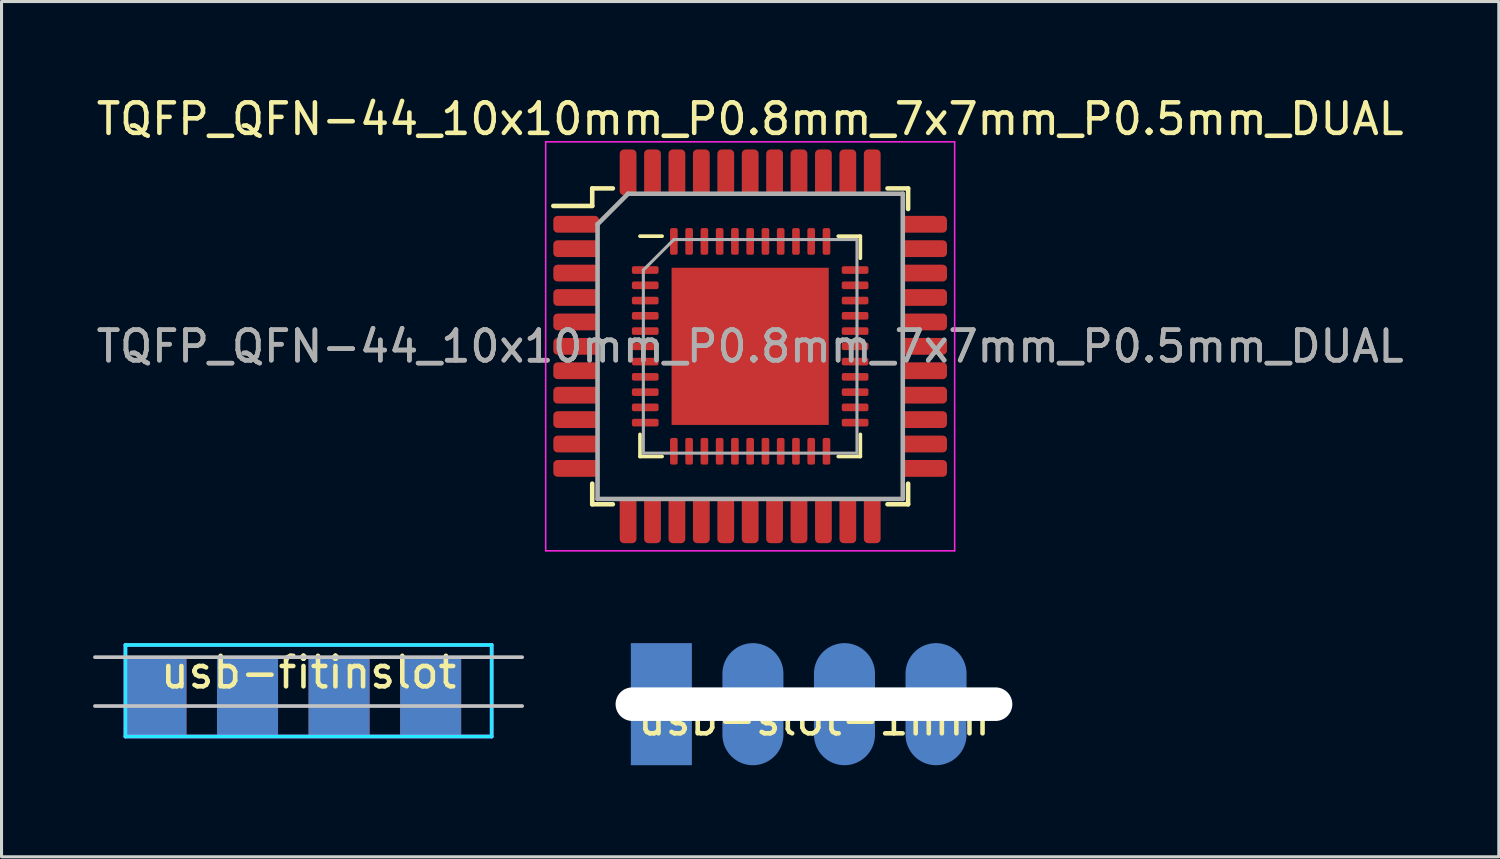
<source format=kicad_pcb>
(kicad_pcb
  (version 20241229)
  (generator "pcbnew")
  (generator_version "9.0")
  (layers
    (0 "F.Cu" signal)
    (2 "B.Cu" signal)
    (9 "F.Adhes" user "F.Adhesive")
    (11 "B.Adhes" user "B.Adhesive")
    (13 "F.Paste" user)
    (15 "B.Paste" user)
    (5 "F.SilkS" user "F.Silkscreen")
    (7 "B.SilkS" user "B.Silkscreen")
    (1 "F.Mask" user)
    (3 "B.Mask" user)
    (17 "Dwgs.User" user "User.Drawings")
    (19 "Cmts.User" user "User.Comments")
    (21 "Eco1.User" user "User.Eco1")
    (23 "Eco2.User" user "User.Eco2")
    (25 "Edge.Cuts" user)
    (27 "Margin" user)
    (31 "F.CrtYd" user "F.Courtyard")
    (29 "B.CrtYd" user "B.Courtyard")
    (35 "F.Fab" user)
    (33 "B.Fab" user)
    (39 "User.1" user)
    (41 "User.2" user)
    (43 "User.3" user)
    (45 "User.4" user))
  (footprint "usb-slot-1mm"
    (layer "F.Cu")
    (at 23.62 20.023)
    (property "Reference" "usb-slot-1mm" (at 0 0.5 0) (layer "F.SilkS") (effects (font (size 1 1) (thickness 0.15))))
    (attr through_hole)
    (pad "" np_thru_hole oval (at 0 0) (size 13 1.1) (drill oval 13 1.1) (layers "*.Cu" "*.Mask"))
    (pad "1" smd rect (at -5 0) (size 2 4) (layers "B.Cu" "B.Mask"))
    (pad "2" smd oval (at -2 0) (size 2 4) (layers "B.Cu" "B.Mask"))
    (pad "3" smd oval (at 1 0) (size 2 4) (layers "B.Cu" "B.Mask"))
    (pad "4" smd oval (at 4 0) (size 2 4) (layers "B.Cu" "B.Mask")))
  (footprint "TQFP_QFN-44_10x10mm_P0.8mm_7x7mm_P0.5mm_DUAL"
    (layer "F.Cu")
    (at 21.53 8.298)
    (property "Reference" "TQFP_QFN-44_10x10mm_P0.8mm_7x7mm_P0.5mm_DUAL" (at 0 -7.45 0) (layer "F.SilkS") (effects (font (size 1 1) (thickness 0.15))))
    (attr smd)
    (fp_line (start -5.175 -5.175) (end -5.175 -4.6) (stroke (width 0.15) (type solid)) (layer "F.SilkS"))
    (fp_line (start -5.175 -5.175) (end -4.5 -5.175) (stroke (width 0.15) (type solid)) (layer "F.SilkS"))
    (fp_line (start -5.175 -4.6) (end -6.45 -4.6) (stroke (width 0.15) (type solid)) (layer "F.SilkS"))
    (fp_line (start -5.175 5.175) (end -5.175 4.5) (stroke (width 0.15) (type solid)) (layer "F.SilkS"))
    (fp_line (start -5.175 5.175) (end -4.5 5.175) (stroke (width 0.15) (type solid)) (layer "F.SilkS"))
    (fp_line (start -3.61 3.61) (end -3.61 2.885) (stroke (width 0.12) (type solid)) (layer "F.SilkS"))
    (fp_line (start -2.885 -3.61) (end -3.61 -3.61) (stroke (width 0.12) (type solid)) (layer "F.SilkS"))
    (fp_line (start -2.885 3.61) (end -3.61 3.61) (stroke (width 0.12) (type solid)) (layer "F.SilkS"))
    (fp_line (start 2.885 -3.61) (end 3.61 -3.61) (stroke (width 0.12) (type solid)) (layer "F.SilkS"))
    (fp_line (start 2.885 3.61) (end 3.61 3.61) (stroke (width 0.12) (type solid)) (layer "F.SilkS"))
    (fp_line (start 3.61 -3.61) (end 3.61 -2.885) (stroke (width 0.12) (type solid)) (layer "F.SilkS"))
    (fp_line (start 3.61 3.61) (end 3.61 2.885) (stroke (width 0.12) (type solid)) (layer "F.SilkS"))
    (fp_line (start 5.175 -5.175) (end 4.5 -5.175) (stroke (width 0.15) (type solid)) (layer "F.SilkS"))
    (fp_line (start 5.175 -5.175) (end 5.175 -4.5) (stroke (width 0.15) (type solid)) (layer "F.SilkS"))
    (fp_line (start 5.175 5.175) (end 4.5 5.175) (stroke (width 0.15) (type solid)) (layer "F.SilkS"))
    (fp_line (start 5.175 5.175) (end 5.175 4.5) (stroke (width 0.15) (type solid)) (layer "F.SilkS"))
    (fp_line (start -6.7 -6.7) (end -6.7 6.7) (stroke (width 0.05) (type solid)) (layer "F.CrtYd"))
    (fp_line (start -6.7 -6.7) (end 6.7 -6.7) (stroke (width 0.05) (type solid)) (layer "F.CrtYd"))
    (fp_line (start -6.7 6.7) (end 6.7 6.7) (stroke (width 0.05) (type solid)) (layer "F.CrtYd"))
    (fp_line (start 6.7 -6.7) (end 6.7 6.7) (stroke (width 0.05) (type solid)) (layer "F.CrtYd"))
    (fp_line (start -5 -4) (end -4 -5) (stroke (width 0.15) (type solid)) (layer "F.Fab"))
    (fp_line (start -5 5) (end -5 -4) (stroke (width 0.15) (type solid)) (layer "F.Fab"))
    (fp_line (start -4 -5) (end 5 -5) (stroke (width 0.15) (type solid)) (layer "F.Fab"))
    (fp_line (start -3.5 -2.5) (end -2.5 -3.5) (stroke (width 0.1) (type solid)) (layer "F.Fab"))
    (fp_line (start -3.5 3.5) (end -3.5 -2.5) (stroke (width 0.1) (type solid)) (layer "F.Fab"))
    (fp_line (start -2.5 -3.5) (end 3.5 -3.5) (stroke (width 0.1) (type solid)) (layer "F.Fab"))
    (fp_line (start 3.5 -3.5) (end 3.5 3.5) (stroke (width 0.1) (type solid)) (layer "F.Fab"))
    (fp_line (start 3.5 3.5) (end -3.5 3.5) (stroke (width 0.1) (type solid)) (layer "F.Fab"))
    (fp_line (start 5 -5) (end 5 5) (stroke (width 0.15) (type solid)) (layer "F.Fab"))
    (fp_line (start 5 5) (end -5 5) (stroke (width 0.15) (type solid)) (layer "F.Fab"))
    (fp_text user "${REFERENCE}" (at 0 0 0) (layer "F.Fab") (effects (font (size 1 1) (thickness 0.15))))
    (fp_text user "${REFERENCE}" (at 0 0 0) (layer "F.Fab") (effects (font (size 1 1) (thickness 0.15))))
    (pad "" smd roundrect (at -1.935 -1.935) (size 1.04 1.04) (layers "F.Paste") (roundrect_rratio 0.24))
    (pad "" smd roundrect (at -1.935 -0.645) (size 1.04 1.04) (layers "F.Paste") (roundrect_rratio 0.24))
    (pad "" smd roundrect (at -1.935 0.645) (size 1.04 1.04) (layers "F.Paste") (roundrect_rratio 0.24))
    (pad "" smd roundrect (at -1.935 1.935) (size 1.04 1.04) (layers "F.Paste") (roundrect_rratio 0.24))
    (pad "" smd roundrect (at -0.645 -1.935) (size 1.04 1.04) (layers "F.Paste") (roundrect_rratio 0.24))
    (pad "" smd roundrect (at -0.645 -0.645) (size 1.04 1.04) (layers "F.Paste") (roundrect_rratio 0.24))
    (pad "" smd roundrect (at -0.645 0.645) (size 1.04 1.04) (layers "F.Paste") (roundrect_rratio 0.24))
    (pad "" smd roundrect (at -0.645 1.935) (size 1.04 1.04) (layers "F.Paste") (roundrect_rratio 0.24))
    (pad "" smd roundrect (at 0.645 -1.935) (size 1.04 1.04) (layers "F.Paste") (roundrect_rratio 0.24))
    (pad "" smd roundrect (at 0.645 -0.645) (size 1.04 1.04) (layers "F.Paste") (roundrect_rratio 0.24))
    (pad "" smd roundrect (at 0.645 0.645) (size 1.04 1.04) (layers "F.Paste") (roundrect_rratio 0.24))
    (pad "" smd roundrect (at 0.645 1.935) (size 1.04 1.04) (layers "F.Paste") (roundrect_rratio 0.24))
    (pad "" smd roundrect (at 1.935 -1.935) (size 1.04 1.04) (layers "F.Paste") (roundrect_rratio 0.24))
    (pad "" smd roundrect (at 1.935 -0.645) (size 1.04 1.04) (layers "F.Paste") (roundrect_rratio 0.24))
    (pad "" smd roundrect (at 1.935 0.645) (size 1.04 1.04) (layers "F.Paste") (roundrect_rratio 0.24))
    (pad "" smd roundrect (at 1.935 1.935) (size 1.04 1.04) (layers "F.Paste") (roundrect_rratio 0.24))
    (pad "1" smd roundrect (at -5.7 -4) (size 1.5 0.55) (layers "F.Cu" "F.Mask" "F.Paste") (roundrect_rratio 0.25))
    (pad "1" smd roundrect (at -3.438 -2.5) (size 0.875 0.25) (layers "F.Cu" "F.Mask" "F.Paste") (roundrect_rratio 0.25))
    (pad "2" smd roundrect (at -5.7 -3.2) (size 1.5 0.55) (layers "F.Cu" "F.Mask" "F.Paste") (roundrect_rratio 0.25))
    (pad "2" smd roundrect (at -3.438 -2) (size 0.875 0.25) (layers "F.Cu" "F.Mask" "F.Paste") (roundrect_rratio 0.25))
    (pad "3" smd roundrect (at -5.7 -2.4) (size 1.5 0.55) (layers "F.Cu" "F.Mask" "F.Paste") (roundrect_rratio 0.25))
    (pad "3" smd roundrect (at -3.438 -1.5) (size 0.875 0.25) (layers "F.Cu" "F.Mask" "F.Paste") (roundrect_rratio 0.25))
    (pad "4" smd roundrect (at -5.7 -1.6) (size 1.5 0.55) (layers "F.Cu" "F.Mask" "F.Paste") (roundrect_rratio 0.25))
    (pad "4" smd roundrect (at -3.438 -1) (size 0.875 0.25) (layers "F.Cu" "F.Mask" "F.Paste") (roundrect_rratio 0.25))
    (pad "5" smd roundrect (at -5.7 -0.8) (size 1.5 0.55) (layers "F.Cu" "F.Mask" "F.Paste") (roundrect_rratio 0.25))
    (pad "5" smd roundrect (at -3.438 -0.5) (size 0.875 0.25) (layers "F.Cu" "F.Mask" "F.Paste") (roundrect_rratio 0.25))
    (pad "6" smd roundrect (at -5.7 0) (size 1.5 0.55) (layers "F.Cu" "F.Mask" "F.Paste") (roundrect_rratio 0.25))
    (pad "6" smd roundrect (at -3.438 0) (size 0.875 0.25) (layers "F.Cu" "F.Mask" "F.Paste") (roundrect_rratio 0.25))
    (pad "7" smd roundrect (at -5.7 0.8) (size 1.5 0.55) (layers "F.Cu" "F.Mask" "F.Paste") (roundrect_rratio 0.25))
    (pad "7" smd roundrect (at -3.438 0.5) (size 0.875 0.25) (layers "F.Cu" "F.Mask" "F.Paste") (roundrect_rratio 0.25))
    (pad "8" smd roundrect (at -5.7 1.6) (size 1.5 0.55) (layers "F.Cu" "F.Mask" "F.Paste") (roundrect_rratio 0.25))
    (pad "8" smd roundrect (at -3.438 1) (size 0.875 0.25) (layers "F.Cu" "F.Mask" "F.Paste") (roundrect_rratio 0.25))
    (pad "9" smd roundrect (at -5.7 2.4) (size 1.5 0.55) (layers "F.Cu" "F.Mask" "F.Paste") (roundrect_rratio 0.25))
    (pad "9" smd roundrect (at -3.438 1.5) (size 0.875 0.25) (layers "F.Cu" "F.Mask" "F.Paste") (roundrect_rratio 0.25))
    (pad "10" smd roundrect (at -5.7 3.2) (size 1.5 0.55) (layers "F.Cu" "F.Mask" "F.Paste") (roundrect_rratio 0.25))
    (pad "10" smd roundrect (at -3.438 2) (size 0.875 0.25) (layers "F.Cu" "F.Mask" "F.Paste") (roundrect_rratio 0.25))
    (pad "11" smd roundrect (at -5.7 4) (size 1.5 0.55) (layers "F.Cu" "F.Mask" "F.Paste") (roundrect_rratio 0.25))
    (pad "11" smd roundrect (at -3.438 2.5) (size 0.875 0.25) (layers "F.Cu" "F.Mask" "F.Paste") (roundrect_rratio 0.25))
    (pad "12" smd roundrect (at -4 5.7 90) (size 1.5 0.55) (layers "F.Cu" "F.Mask" "F.Paste") (roundrect_rratio 0.25))
    (pad "12" smd roundrect (at -2.5 3.438) (size 0.25 0.875) (layers "F.Cu" "F.Mask" "F.Paste") (roundrect_rratio 0.25))
    (pad "13" smd roundrect (at -3.2 5.7 90) (size 1.5 0.55) (layers "F.Cu" "F.Mask" "F.Paste") (roundrect_rratio 0.25))
    (pad "13" smd roundrect (at -2 3.438) (size 0.25 0.875) (layers "F.Cu" "F.Mask" "F.Paste") (roundrect_rratio 0.25))
    (pad "14" smd roundrect (at -2.4 5.7 90) (size 1.5 0.55) (layers "F.Cu" "F.Mask" "F.Paste") (roundrect_rratio 0.25))
    (pad "14" smd roundrect (at -1.5 3.438) (size 0.25 0.875) (layers "F.Cu" "F.Mask" "F.Paste") (roundrect_rratio 0.25))
    (pad "15" smd roundrect (at -1.6 5.7 90) (size 1.5 0.55) (layers "F.Cu" "F.Mask" "F.Paste") (roundrect_rratio 0.25))
    (pad "15" smd roundrect (at -1 3.438) (size 0.25 0.875) (layers "F.Cu" "F.Mask" "F.Paste") (roundrect_rratio 0.25))
    (pad "16" smd roundrect (at -0.8 5.7 90) (size 1.5 0.55) (layers "F.Cu" "F.Mask" "F.Paste") (roundrect_rratio 0.25))
    (pad "16" smd roundrect (at -0.5 3.438) (size 0.25 0.875) (layers "F.Cu" "F.Mask" "F.Paste") (roundrect_rratio 0.25))
    (pad "17" smd roundrect (at 0 3.438) (size 0.25 0.875) (layers "F.Cu" "F.Mask" "F.Paste") (roundrect_rratio 0.25))
    (pad "17" smd roundrect (at 0 5.7 90) (size 1.5 0.55) (layers "F.Cu" "F.Mask" "F.Paste") (roundrect_rratio 0.25))
    (pad "18" smd roundrect (at 0.5 3.438) (size 0.25 0.875) (layers "F.Cu" "F.Mask" "F.Paste") (roundrect_rratio 0.25))
    (pad "18" smd roundrect (at 0.8 5.7 90) (size 1.5 0.55) (layers "F.Cu" "F.Mask" "F.Paste") (roundrect_rratio 0.25))
    (pad "19" smd roundrect (at 1 3.438) (size 0.25 0.875) (layers "F.Cu" "F.Mask" "F.Paste") (roundrect_rratio 0.25))
    (pad "19" smd roundrect (at 1.6 5.7 90) (size 1.5 0.55) (layers "F.Cu" "F.Mask" "F.Paste") (roundrect_rratio 0.25))
    (pad "20" smd roundrect (at 1.5 3.438) (size 0.25 0.875) (layers "F.Cu" "F.Mask" "F.Paste") (roundrect_rratio 0.25))
    (pad "20" smd roundrect (at 2.4 5.7 90) (size 1.5 0.55) (layers "F.Cu" "F.Mask" "F.Paste") (roundrect_rratio 0.25))
    (pad "21" smd roundrect (at 2 3.438) (size 0.25 0.875) (layers "F.Cu" "F.Mask" "F.Paste") (roundrect_rratio 0.25))
    (pad "21" smd roundrect (at 3.2 5.7 90) (size 1.5 0.55) (layers "F.Cu" "F.Mask" "F.Paste") (roundrect_rratio 0.25))
    (pad "22" smd roundrect (at 2.5 3.438) (size 0.25 0.875) (layers "F.Cu" "F.Mask" "F.Paste") (roundrect_rratio 0.25))
    (pad "22" smd roundrect (at 4 5.7 90) (size 1.5 0.55) (layers "F.Cu" "F.Mask" "F.Paste") (roundrect_rratio 0.25))
    (pad "23" smd roundrect (at 3.438 2.5) (size 0.875 0.25) (layers "F.Cu" "F.Mask" "F.Paste") (roundrect_rratio 0.25))
    (pad "23" smd roundrect (at 5.7 4) (size 1.5 0.55) (layers "F.Cu" "F.Mask" "F.Paste") (roundrect_rratio 0.25))
    (pad "24" smd roundrect (at 3.438 2) (size 0.875 0.25) (layers "F.Cu" "F.Mask" "F.Paste") (roundrect_rratio 0.25))
    (pad "24" smd roundrect (at 5.7 3.2) (size 1.5 0.55) (layers "F.Cu" "F.Mask" "F.Paste") (roundrect_rratio 0.25))
    (pad "25" smd roundrect (at 3.438 1.5) (size 0.875 0.25) (layers "F.Cu" "F.Mask" "F.Paste") (roundrect_rratio 0.25))
    (pad "25" smd roundrect (at 5.7 2.4) (size 1.5 0.55) (layers "F.Cu" "F.Mask" "F.Paste") (roundrect_rratio 0.25))
    (pad "26" smd roundrect (at 3.438 1) (size 0.875 0.25) (layers "F.Cu" "F.Mask" "F.Paste") (roundrect_rratio 0.25))
    (pad "26" smd roundrect (at 5.7 1.6) (size 1.5 0.55) (layers "F.Cu" "F.Mask" "F.Paste") (roundrect_rratio 0.25))
    (pad "27" smd roundrect (at 3.438 0.5) (size 0.875 0.25) (layers "F.Cu" "F.Mask" "F.Paste") (roundrect_rratio 0.25))
    (pad "27" smd roundrect (at 5.7 0.8) (size 1.5 0.55) (layers "F.Cu" "F.Mask" "F.Paste") (roundrect_rratio 0.25))
    (pad "28" smd roundrect (at 3.438 0) (size 0.875 0.25) (layers "F.Cu" "F.Mask" "F.Paste") (roundrect_rratio 0.25))
    (pad "28" smd roundrect (at 5.7 0) (size 1.5 0.55) (layers "F.Cu" "F.Mask" "F.Paste") (roundrect_rratio 0.25))
    (pad "29" smd roundrect (at 3.438 -0.5) (size 0.875 0.25) (layers "F.Cu" "F.Mask" "F.Paste") (roundrect_rratio 0.25))
    (pad "29" smd roundrect (at 5.7 -0.8) (size 1.5 0.55) (layers "F.Cu" "F.Mask" "F.Paste") (roundrect_rratio 0.25))
    (pad "30" smd roundrect (at 3.438 -1) (size 0.875 0.25) (layers "F.Cu" "F.Mask" "F.Paste") (roundrect_rratio 0.25))
    (pad "30" smd roundrect (at 5.7 -1.6) (size 1.5 0.55) (layers "F.Cu" "F.Mask" "F.Paste") (roundrect_rratio 0.25))
    (pad "31" smd roundrect (at 3.438 -1.5) (size 0.875 0.25) (layers "F.Cu" "F.Mask" "F.Paste") (roundrect_rratio 0.25))
    (pad "31" smd roundrect (at 5.7 -2.4) (size 1.5 0.55) (layers "F.Cu" "F.Mask" "F.Paste") (roundrect_rratio 0.25))
    (pad "32" smd roundrect (at 3.438 -2) (size 0.875 0.25) (layers "F.Cu" "F.Mask" "F.Paste") (roundrect_rratio 0.25))
    (pad "32" smd roundrect (at 5.7 -3.2) (size 1.5 0.55) (layers "F.Cu" "F.Mask" "F.Paste") (roundrect_rratio 0.25))
    (pad "33" smd roundrect (at 3.438 -2.5) (size 0.875 0.25) (layers "F.Cu" "F.Mask" "F.Paste") (roundrect_rratio 0.25))
    (pad "33" smd roundrect (at 5.7 -4) (size 1.5 0.55) (layers "F.Cu" "F.Mask" "F.Paste") (roundrect_rratio 0.25))
    (pad "34" smd roundrect (at 2.5 -3.438) (size 0.25 0.875) (layers "F.Cu" "F.Mask" "F.Paste") (roundrect_rratio 0.25))
    (pad "34" smd roundrect (at 4 -5.7 90) (size 1.5 0.55) (layers "F.Cu" "F.Mask" "F.Paste") (roundrect_rratio 0.25))
    (pad "35" smd roundrect (at 2 -3.438) (size 0.25 0.875) (layers "F.Cu" "F.Mask" "F.Paste") (roundrect_rratio 0.25))
    (pad "35" smd roundrect (at 3.2 -5.7 90) (size 1.5 0.55) (layers "F.Cu" "F.Mask" "F.Paste") (roundrect_rratio 0.25))
    (pad "36" smd roundrect (at 1.5 -3.438) (size 0.25 0.875) (layers "F.Cu" "F.Mask" "F.Paste") (roundrect_rratio 0.25))
    (pad "36" smd roundrect (at 2.4 -5.7 90) (size 1.5 0.55) (layers "F.Cu" "F.Mask" "F.Paste") (roundrect_rratio 0.25))
    (pad "37" smd roundrect (at 1 -3.438) (size 0.25 0.875) (layers "F.Cu" "F.Mask" "F.Paste") (roundrect_rratio 0.25))
    (pad "37" smd roundrect (at 1.6 -5.7 90) (size 1.5 0.55) (layers "F.Cu" "F.Mask" "F.Paste") (roundrect_rratio 0.25))
    (pad "38" smd roundrect (at 0.5 -3.438) (size 0.25 0.875) (layers "F.Cu" "F.Mask" "F.Paste") (roundrect_rratio 0.25))
    (pad "38" smd roundrect (at 0.8 -5.7 90) (size 1.5 0.55) (layers "F.Cu" "F.Mask" "F.Paste") (roundrect_rratio 0.25))
    (pad "39" smd roundrect (at 0 -5.7 90) (size 1.5 0.55) (layers "F.Cu" "F.Mask" "F.Paste") (roundrect_rratio 0.25))
    (pad "39" smd roundrect (at 0 -3.438) (size 0.25 0.875) (layers "F.Cu" "F.Mask" "F.Paste") (roundrect_rratio 0.25))
    (pad "40" smd roundrect (at -0.8 -5.7 90) (size 1.5 0.55) (layers "F.Cu" "F.Mask" "F.Paste") (roundrect_rratio 0.25))
    (pad "40" smd roundrect (at -0.5 -3.438) (size 0.25 0.875) (layers "F.Cu" "F.Mask" "F.Paste") (roundrect_rratio 0.25))
    (pad "41" smd roundrect (at -1.6 -5.7 90) (size 1.5 0.55) (layers "F.Cu" "F.Mask" "F.Paste") (roundrect_rratio 0.25))
    (pad "41" smd roundrect (at -1 -3.438) (size 0.25 0.875) (layers "F.Cu" "F.Mask" "F.Paste") (roundrect_rratio 0.25))
    (pad "42" smd roundrect (at -2.4 -5.7 90) (size 1.5 0.55) (layers "F.Cu" "F.Mask" "F.Paste") (roundrect_rratio 0.25))
    (pad "42" smd roundrect (at -1.5 -3.438) (size 0.25 0.875) (layers "F.Cu" "F.Mask" "F.Paste") (roundrect_rratio 0.25))
    (pad "43" smd roundrect (at -3.2 -5.7 90) (size 1.5 0.55) (layers "F.Cu" "F.Mask" "F.Paste") (roundrect_rratio 0.25))
    (pad "43" smd roundrect (at -2 -3.438) (size 0.25 0.875) (layers "F.Cu" "F.Mask" "F.Paste") (roundrect_rratio 0.25))
    (pad "44" smd roundrect (at -4 -5.7 90) (size 1.5 0.55) (layers "F.Cu" "F.Mask" "F.Paste") (roundrect_rratio 0.25))
    (pad "44" smd roundrect (at -2.5 -3.438) (size 0.25 0.875) (layers "F.Cu" "F.Mask" "F.Paste") (roundrect_rratio 0.25))
    (pad "45" smd rect (at 0 0) (size 5.15 5.15) (layers "F.Cu" "F.Mask")))
  (footprint "usb-fitinslot"
    (layer "F.Cu")
    (at 7.06 18.483)
    (property "Reference" "usb-fitinslot" (at 0 0.5 0) (layer "F.SilkS") (effects (font (size 1 1) (thickness 0.15))))
    (attr through_hole)
    (fp_poly (pts (xy 6 2.6) (xy -6 2.6) (xy -6 0) (xy 6 0)) (stroke (width 0.1) (type solid)) (fill yes) (layer "F.Mask"))
    (fp_poly (pts (xy -6 0) (xy 6 0) (xy 6 2.6) (xy -6 2.6)) (stroke (width 0.1) (type solid)) (fill yes) (layer "B.Mask"))
    (fp_line (start 7 0) (end -7 0) (stroke (width 0.12) (type solid)) (layer "Dwgs.User"))
    (fp_line (start 7 1.6) (end -7 1.6) (stroke (width 0.12) (type solid)) (layer "Dwgs.User"))
    (fp_line (start -6 -0.4) (end 6 -0.4) (stroke (width 0.12) (type solid)) (layer "B.CrtYd"))
    (fp_line (start -6 2.6) (end -6 -0.4) (stroke (width 0.12) (type solid)) (layer "B.CrtYd"))
    (fp_line (start 6 -0.4) (end 6 2.6) (stroke (width 0.12) (type solid)) (layer "B.CrtYd"))
    (fp_line (start 6 2.6) (end -6 2.6) (stroke (width 0.12) (type solid)) (layer "B.CrtYd"))
    (fp_line (start -6 -0.4) (end 6 -0.4) (stroke (width 0.12) (type solid)) (layer "F.CrtYd"))
    (fp_line (start -6 2.6) (end -6 -0.4) (stroke (width 0.12) (type solid)) (layer "F.CrtYd"))
    (fp_line (start 6 -0.4) (end 6 2.6) (stroke (width 0.12) (type solid)) (layer "F.CrtYd"))
    (fp_line (start 6 2.6) (end -6 2.6) (stroke (width 0.12) (type solid)) (layer "F.CrtYd"))
    (pad "1" smd rect (at -5 1.3) (size 2 2.6) (layers "F.Cu" "F.Mask"))
    (pad "1" smd rect (at -5 1.3) (size 2 2.6) (layers "B.Cu" "B.Mask"))
    (pad "2" smd rect (at -2 1.3) (size 2 2.6) (layers "F.Cu" "F.Mask"))
    (pad "2" smd rect (at -2 1.3) (size 2 2.6) (layers "B.Cu" "B.Mask"))
    (pad "3" smd rect (at 1 1.3) (size 2 2.6) (layers "F.Cu" "F.Mask"))
    (pad "3" smd rect (at 1 1.3) (size 2 2.6) (layers "B.Cu" "B.Mask"))
    (pad "4" smd rect (at 4 1.3) (size 2 2.6) (layers "F.Cu" "F.Mask"))
    (pad "4" smd rect (at 4 1.3) (size 2 2.6) (layers "B.Cu" "B.Mask")))
  (gr_rect
    (start -3 -3)
    (end 46.06 25.023)
    (stroke (width 0.1) (type default))
    (fill no)
    (layer "Edge.Cuts")))
</source>
